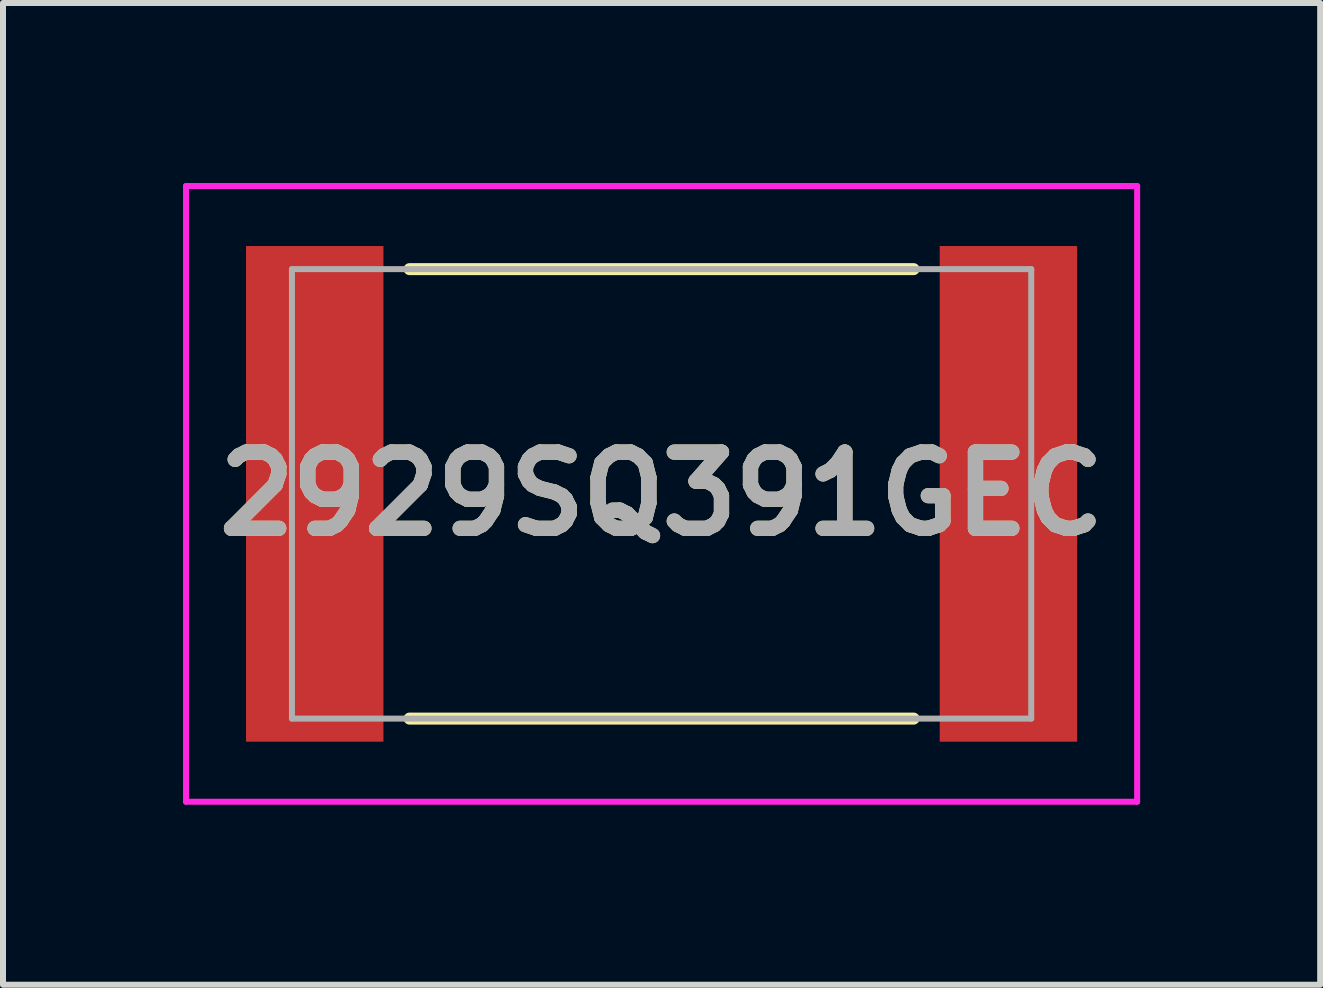
<source format=kicad_pcb>
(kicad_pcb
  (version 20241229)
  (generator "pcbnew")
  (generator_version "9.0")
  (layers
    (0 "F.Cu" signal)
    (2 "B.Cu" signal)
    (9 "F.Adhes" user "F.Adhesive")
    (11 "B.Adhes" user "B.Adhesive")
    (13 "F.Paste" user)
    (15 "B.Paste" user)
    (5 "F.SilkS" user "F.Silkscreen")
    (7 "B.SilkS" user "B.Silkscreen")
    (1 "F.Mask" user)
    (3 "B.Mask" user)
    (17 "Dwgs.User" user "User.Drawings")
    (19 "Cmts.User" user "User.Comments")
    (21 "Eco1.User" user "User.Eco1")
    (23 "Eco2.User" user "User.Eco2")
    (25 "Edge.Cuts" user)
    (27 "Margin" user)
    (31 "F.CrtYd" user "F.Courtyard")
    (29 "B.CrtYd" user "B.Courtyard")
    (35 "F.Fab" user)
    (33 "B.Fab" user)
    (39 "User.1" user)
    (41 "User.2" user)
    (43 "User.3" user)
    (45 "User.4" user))
  (footprint "2929SQ391GEC"
    (layer "F.Cu")
    (at 7.975 5.18)
    (property "Reference" "2929SQ391GEC" (at 0 0 0) (layer "F.SilkS") (effects (font (size 1.27 1.27) (thickness 0.254))))
    (attr smd)
    (fp_line (start -4.2 -3.745) (end 4.2 -3.745) (stroke (width 0.2) (type solid)) (layer "F.SilkS"))
    (fp_line (start 4.2 3.745) (end -4.2 3.745) (stroke (width 0.2) (type solid)) (layer "F.SilkS"))
    (fp_line (start -7.925 -5.13) (end 7.925 -5.13) (stroke (width 0.1) (type solid)) (layer "F.CrtYd"))
    (fp_line (start -7.925 5.13) (end -7.925 -5.13) (stroke (width 0.1) (type solid)) (layer "F.CrtYd"))
    (fp_line (start 7.925 -5.13) (end 7.925 5.13) (stroke (width 0.1) (type solid)) (layer "F.CrtYd"))
    (fp_line (start 7.925 5.13) (end -7.925 5.13) (stroke (width 0.1) (type solid)) (layer "F.CrtYd"))
    (fp_line (start -6.16 -3.745) (end 6.16 -3.745) (stroke (width 0.1) (type solid)) (layer "F.Fab"))
    (fp_line (start -6.16 3.745) (end -6.16 -3.745) (stroke (width 0.1) (type solid)) (layer "F.Fab"))
    (fp_line (start 6.16 -3.745) (end 6.16 3.745) (stroke (width 0.1) (type solid)) (layer "F.Fab"))
    (fp_line (start 6.16 3.745) (end -6.16 3.745) (stroke (width 0.1) (type solid)) (layer "F.Fab"))
    (fp_text user "${REFERENCE}" (at 0 0 0) (layer "F.Fab") (effects (font (size 1.27 1.27) (thickness 0.254))))
    (pad "1" smd rect (at -5.78 0) (size 2.29 8.26) (layers "F.Cu" "F.Mask" "F.Paste"))
    (pad "2" smd rect (at 5.78 0) (size 2.29 8.26) (layers "F.Cu" "F.Mask" "F.Paste")))
  (gr_rect
    (start -3 -3)
    (end 18.95 13.36)
    (stroke (width 0.1) (type default))
    (fill no)
    (layer "Edge.Cuts")))
</source>
